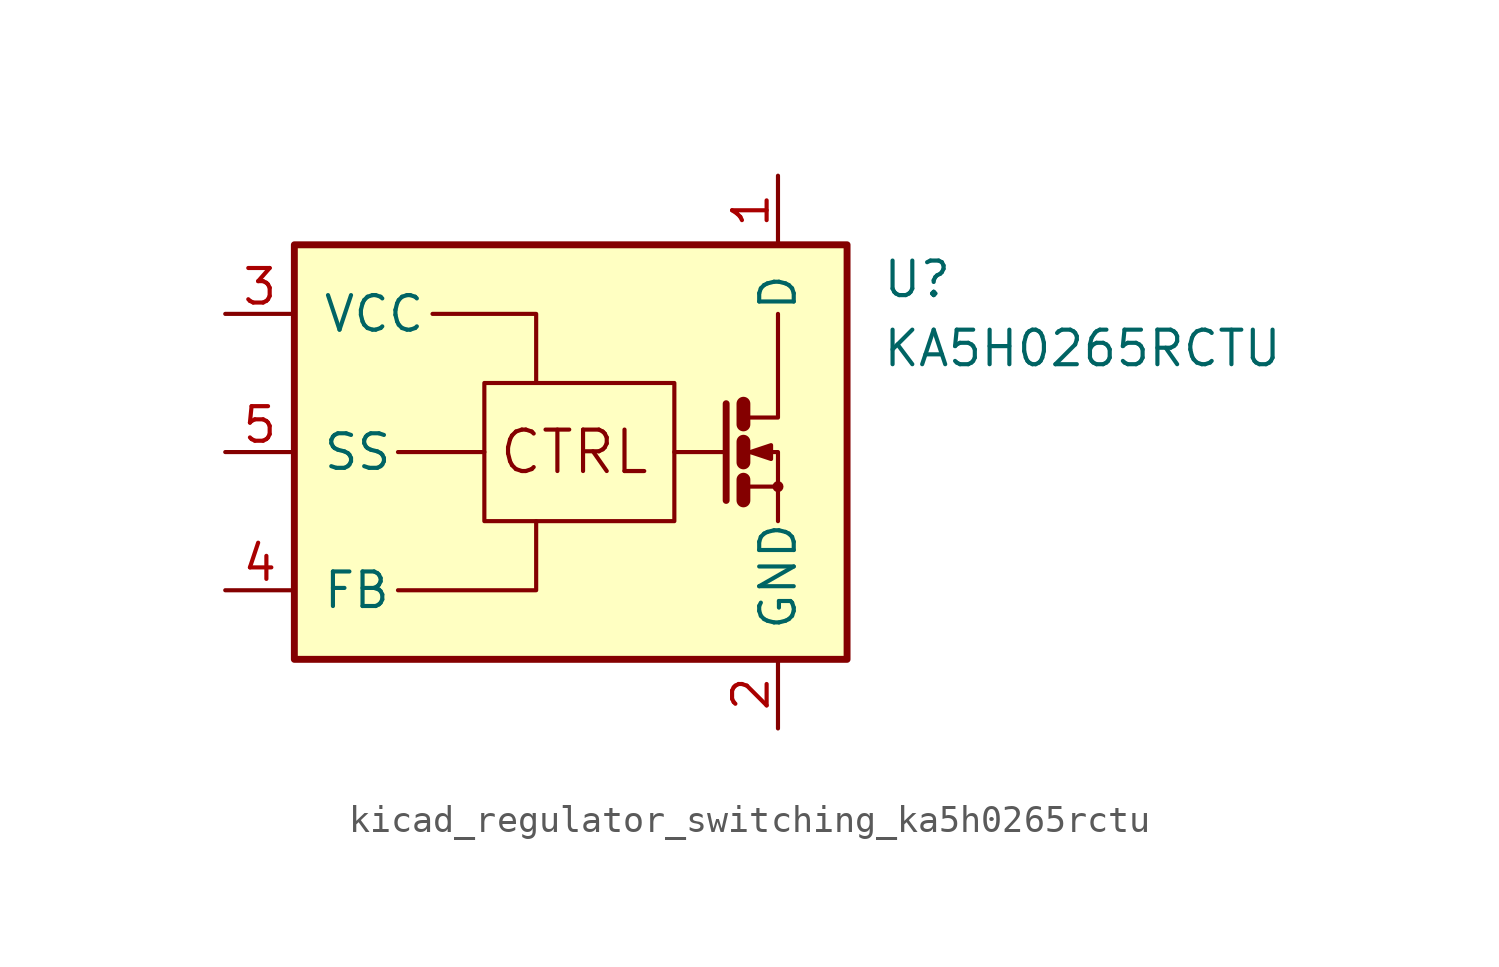
<source format=kicad_sym>
(kicad_symbol_lib
  (version 20220914)
  (generator kicad_symbol_editor)
  (symbol "kicad_regulator_switching_ka5h0265rctu"
    (pin_names
      (offset 1.016))
    (property "Reference" "U"
      (at 11.43 6.35 0)
      (effects (font (size 1.27 1.27)) (justify left)))
    (property "Value" "KA5H0265RCTU"
      (at 11.43 3.81 0)
      (effects (font (size 1.27 1.27)) (justify left)))
    (symbol "kicad_regulator_switching_ka5h0265rctu_0_0"
      (rectangle (start -10.16 7.62) (end 10.16 -7.62) (stroke (width 0.254) (type default)) (fill (type background)))
      (rectangle (start -3.175 2.54) (end 3.81 -2.54) (stroke (width 0) (type default)) (fill (type none)))
      (polyline (pts (xy -3.175 0) (xy -6.35 0)) (stroke (width 0) (type default)) (fill (type none)))
      (polyline (pts (xy 3.81 0) (xy 5.715 0)) (stroke (width 0) (type default)) (fill (type none)))
      (polyline (pts (xy 5.715 1.778) (xy 5.715 -1.778)) (stroke (width 0.254) (type default)) (fill (type none)))
      (polyline (pts (xy 6.35 -1.27) (xy 7.62 -1.27)) (stroke (width 0) (type default)) (fill (type none)))
      (polyline (pts (xy 6.35 -1.016) (xy 6.35 -1.778)) (stroke (width 0.508) (type default)) (fill (type none)))
      (polyline (pts (xy 6.35 0.381) (xy 6.35 -0.381)) (stroke (width 0.508) (type default)) (fill (type none)))
      (polyline (pts (xy 6.35 1.778) (xy 6.35 1.016)) (stroke (width 0.508) (type default)) (fill (type none)))
      (polyline (pts (xy -6.35 -5.08) (xy -1.27 -5.08) (xy -1.27 -2.54)) (stroke (width 0) (type default)) (fill (type none)))
      (polyline (pts (xy -1.27 2.54) (xy -1.27 5.08) (xy -5.08 5.08)) (stroke (width 0) (type default)) (fill (type none)))
      (polyline (pts (xy 6.35 1.27) (xy 7.62 1.27) (xy 7.62 5.08)) (stroke (width 0) (type default)) (fill (type none)))
      (polyline (pts (xy 6.604 0) (xy 7.366 0.254) (xy 7.366 -0.254) (xy 6.604 0)) (stroke (width 0) (type default)) (fill (type outline)))
      (polyline (pts (xy 7.62 -1.905) (xy 7.62 -2.54) (xy 7.62 0) (xy 6.35 0)) (stroke (width 0) (type default)) (fill (type none)))
      (circle (center 7.62 -1.27) (radius 0.127) (stroke (width 0) (type default)) (fill (type none)))
      (text "CTRL" (at 0.127 0 0) (effects (font (size 1.524 1.524)))))
    (symbol "kicad_regulator_switching_ka5h0265rctu_1_1"
      (pin passive line (at 7.62 10.16 270) (length 2.54) (name "D" (effects (font (size 1.27 1.27)))) (number "1" (effects (font (size 1.27 1.27)))))
      (pin power_in line (at 7.62 -10.16 90) (length 2.54) (name "GND" (effects (font (size 1.27 1.27)))) (number "2" (effects (font (size 1.27 1.27)))))
      (pin power_in line (at -12.7 5.08 0) (length 2.54) (name "VCC" (effects (font (size 1.27 1.27)))) (number "3" (effects (font (size 1.27 1.27)))))
      (pin passive line (at -12.7 -5.08 0) (length 2.54) (name "FB" (effects (font (size 1.27 1.27)))) (number "4" (effects (font (size 1.27 1.27)))))
      (pin passive line (at -12.7 0 0) (length 2.54) (name "SS" (effects (font (size 1.27 1.27)))) (number "5" (effects (font (size 1.27 1.27))))))))
</source>
